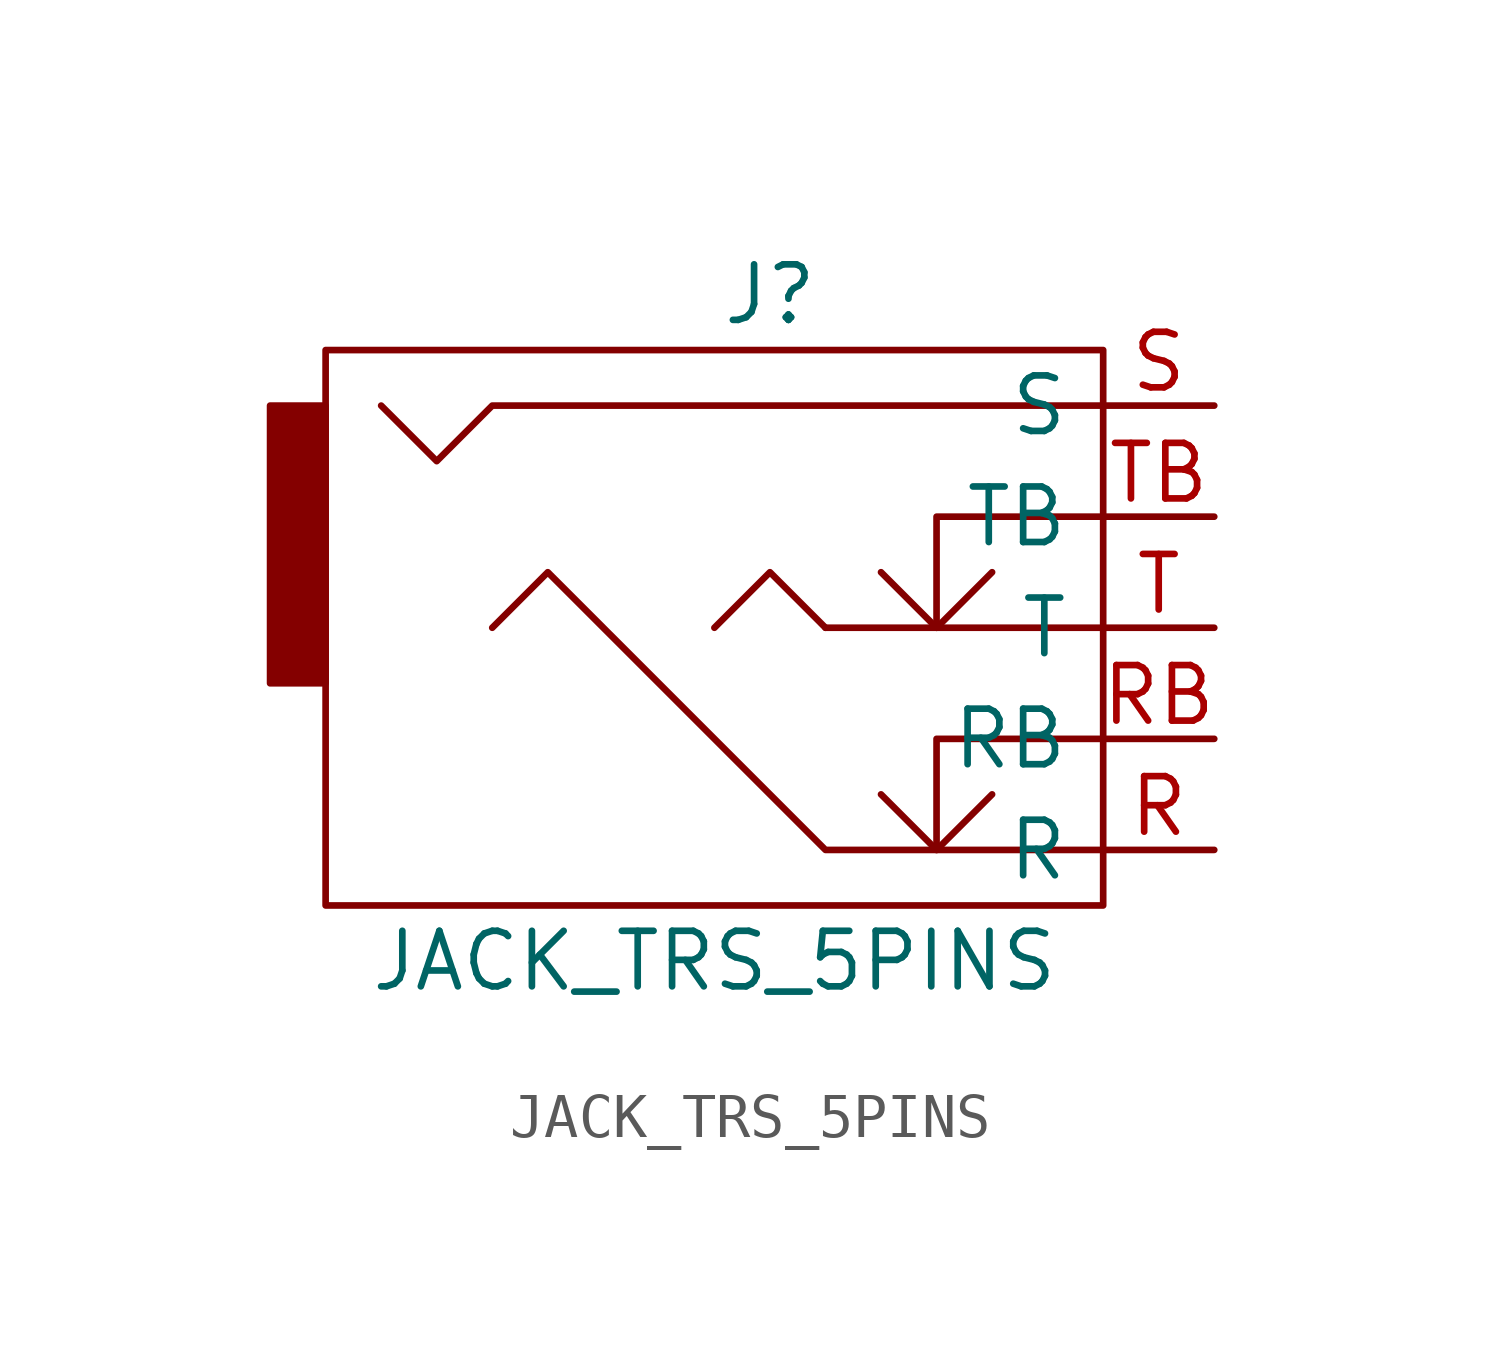
<source format=kicad_sym>
(kicad_symbol_lib
  (version 20231120)
  (generator "kicad_symbol_editor")
  (generator_version "8.0")
  (symbol "JACK_TRS_5PINS"
    (pin_names
      (offset 0.762))
    (property "Reference" "J"
      (at 0 7.62 0)
      (effects (font (size 1.27 1.27))))
    (property "Value" "JACK_TRS_5PINS"
      (at -1.27 -7.62 0)
      (effects (font (size 1.27 1.27))))
    (property "Footprint" ""
      (at 2.54 -3.81 0)
      (effects (font (size 1.27 1.27))))
    (property "Datasheet" ""
      (at 2.54 -3.81 0)
      (effects (font (size 1.27 1.27))))
    (symbol "JACK_TRS_5PINS_0_0"
      (polyline (pts (xy 3.81 -5.08) (xy 3.81 -2.54) (xy 7.62 -2.54)) (stroke (width 0) (type solid)) (fill (type none)))
      (polyline (pts (xy 3.81 0) (xy 3.81 2.54) (xy 7.62 2.54)) (stroke (width 0) (type solid)) (fill (type none)))
      (polyline (pts (xy -8.89 5.08) (xy -7.62 3.81) (xy -6.35 5.08) (xy 7.62 5.08)) (stroke (width 0) (type solid)) (fill (type none)))
      (polyline (pts (xy -6.35 0) (xy -5.08 1.27) (xy 1.27 -5.08) (xy 7.62 -5.08)) (stroke (width 0) (type solid)) (fill (type none))))
    (symbol "JACK_TRS_5PINS_0_1"
      (rectangle (start -11.43 5.08) (end -10.16 -1.27) (stroke (width 0) (type solid)) (fill (type outline)))
      (polyline (pts (xy 1.27 0) (xy 7.62 0)) (stroke (width 0) (type solid)) (fill (type none)))
      (polyline (pts (xy 1.27 0) (xy 0 1.27) (xy -1.27 0) (xy -1.27 0)) (stroke (width 0) (type solid)) (fill (type none)))
      (polyline (pts (xy 2.54 -3.81) (xy 3.81 -5.08) (xy 5.08 -3.81) (xy 5.08 -3.81)) (stroke (width 0) (type solid)) (fill (type none)))
      (polyline (pts (xy 2.54 1.27) (xy 3.81 0) (xy 5.08 1.27) (xy 5.08 1.27)) (stroke (width 0) (type solid)) (fill (type none)))
      (rectangle (start 7.62 -6.35) (end -10.16 6.35) (stroke (width 0) (type solid)) (fill (type none))))
    (symbol "JACK_TRS_5PINS_1_1"
      (pin passive line (at 10.16 -5.08 180) (length 2.54) (name "R" (effects (font (size 1.27 1.27)))) (number "R" (effects (font (size 1.27 1.27)))))
      (pin passive line (at 10.16 -2.54 180) (length 2.54) (name "RB" (effects (font (size 1.27 1.27)))) (number "RB" (effects (font (size 1.27 1.27)))))
      (pin passive line (at 10.16 5.08 180) (length 2.54) (name "S" (effects (font (size 1.27 1.27)))) (number "S" (effects (font (size 1.27 1.27)))))
      (pin passive line (at 10.16 0 180) (length 2.54) (name "T" (effects (font (size 1.27 1.27)))) (number "T" (effects (font (size 1.27 1.27)))))
      (pin passive line (at 10.16 2.54 180) (length 2.54) (name "TB" (effects (font (size 1.27 1.27)))) (number "TB" (effects (font (size 1.27 1.27))))))))
</source>
